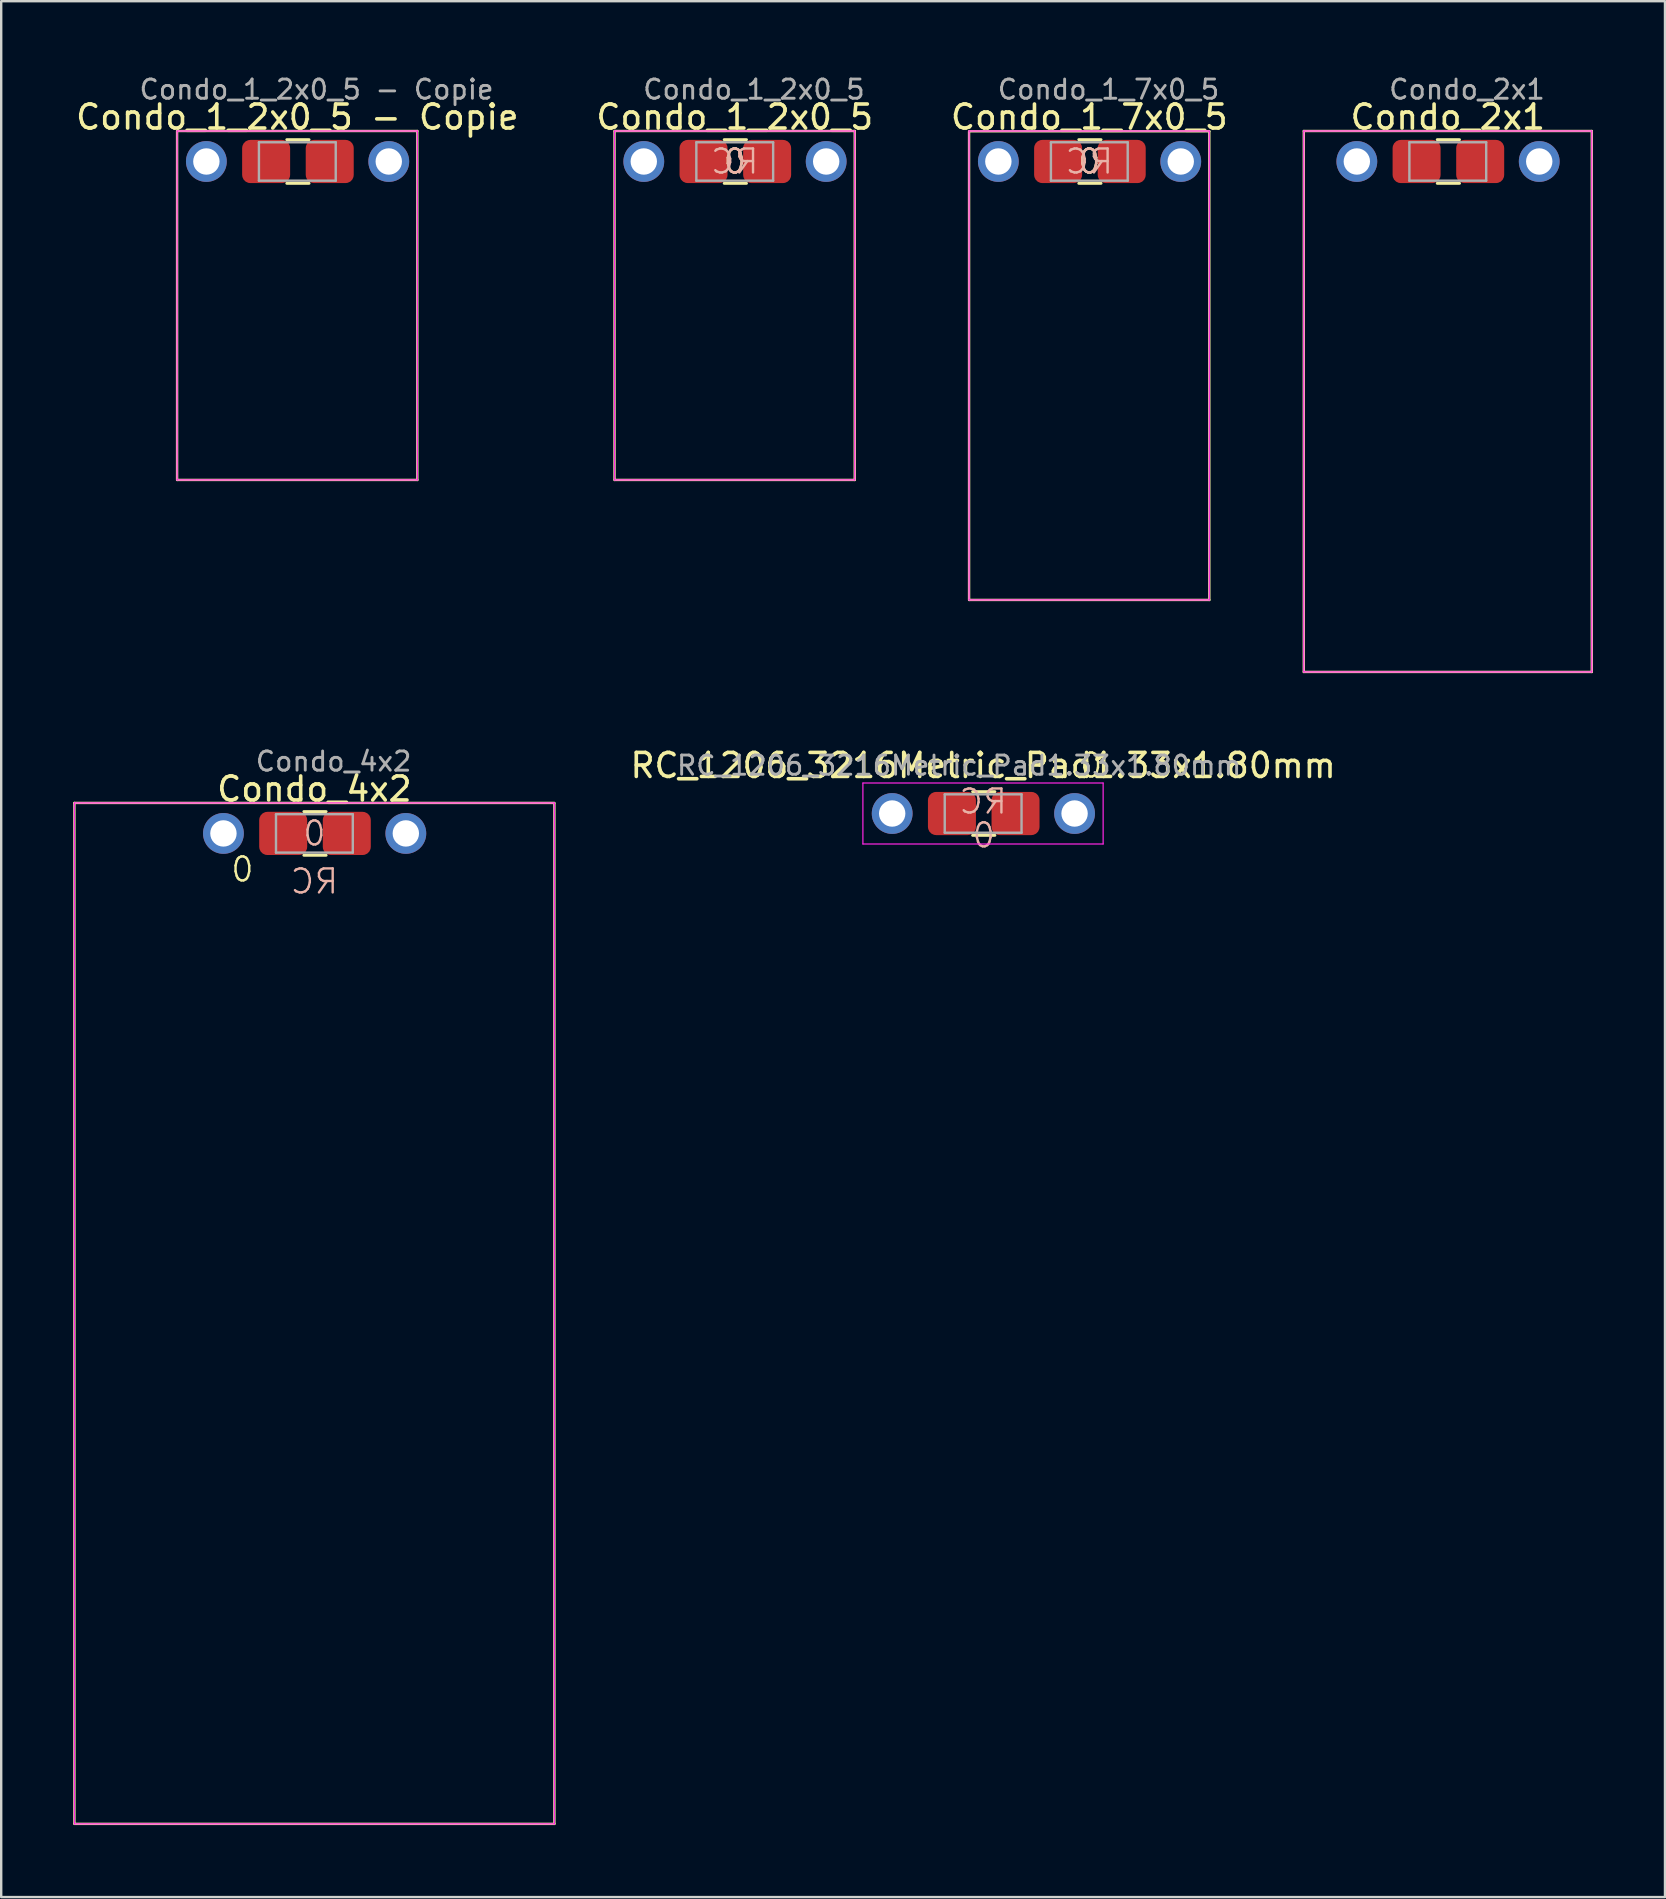
<source format=kicad_pcb>
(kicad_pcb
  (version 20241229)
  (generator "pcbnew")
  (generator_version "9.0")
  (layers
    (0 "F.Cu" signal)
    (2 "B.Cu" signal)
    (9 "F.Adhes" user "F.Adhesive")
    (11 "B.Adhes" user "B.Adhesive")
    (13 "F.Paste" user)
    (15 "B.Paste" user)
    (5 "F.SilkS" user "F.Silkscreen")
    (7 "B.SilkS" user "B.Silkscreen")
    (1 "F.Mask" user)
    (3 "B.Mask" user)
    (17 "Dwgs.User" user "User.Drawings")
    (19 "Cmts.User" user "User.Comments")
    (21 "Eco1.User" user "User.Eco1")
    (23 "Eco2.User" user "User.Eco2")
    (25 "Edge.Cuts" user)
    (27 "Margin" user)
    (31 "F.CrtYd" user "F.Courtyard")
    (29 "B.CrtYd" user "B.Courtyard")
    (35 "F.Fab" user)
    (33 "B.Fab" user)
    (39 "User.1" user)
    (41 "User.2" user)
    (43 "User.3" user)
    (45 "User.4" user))
  (footprint "Condo_1_2x0_5 - Copie"
    (layer "F.Cu")
    (at 9.339 3.679)
    (property "Reference" "Condo_1_2x0_5 - Copie" (at 0 -1.85 0) (layer "F.SilkS") (effects (font (size 1 1) (thickness 0.15))))
    (attr smd)
    (fp_line (start -5.01 -1.27) (end -5.01 13.27) (stroke (width 0.1) (type default)) (layer "F.SilkS"))
    (fp_line (start -5 13.27) (end 5 13.27) (stroke (width 0.1) (type default)) (layer "F.SilkS"))
    (fp_line (start -0.44 -0.91) (end 0.49 -0.91) (stroke (width 0.12) (type solid)) (layer "F.SilkS"))
    (fp_line (start -0.44 0.91) (end 0.49 0.91) (stroke (width 0.12) (type solid)) (layer "F.SilkS"))
    (fp_line (start 5 -1.27) (end -5 -1.27) (stroke (width 0.1) (type default)) (layer "F.SilkS"))
    (fp_line (start 5 13.27) (end 5 -1.27) (stroke (width 0.1) (type default)) (layer "F.SilkS"))
    (fp_line (start -5.01 13.27) (end -5.01 -1.27) (stroke (width 0.05) (type solid)) (layer "F.CrtYd"))
    (fp_line (start 5 -1.27) (end -5.01 -1.27) (stroke (width 0.05) (type solid)) (layer "F.CrtYd"))
    (fp_line (start 5 -1.27) (end 5 13.27) (stroke (width 0.05) (type solid)) (layer "F.CrtYd"))
    (fp_line (start 5 13.27) (end -5.01 13.27) (stroke (width 0.05) (type solid)) (layer "F.CrtYd"))
    (fp_line (start -1.6 -0.8) (end 1.6 -0.8) (stroke (width 0.1) (type solid)) (layer "F.Fab"))
    (fp_line (start -1.6 0.8) (end -1.6 -0.8) (stroke (width 0.1) (type solid)) (layer "F.Fab"))
    (fp_line (start 1.6 -0.8) (end 1.6 0.8) (stroke (width 0.1) (type solid)) (layer "F.Fab"))
    (fp_line (start 1.6 0.8) (end -1.6 0.8) (stroke (width 0.1) (type solid)) (layer "F.Fab"))
    (fp_text user "${REFERENCE}" (at 0.8 -3 0) (layer "F.Fab") (effects (font (size 0.8 0.8) (thickness 0.12))))
    (pad "1" thru_hole oval (at -3.79 0) (size 1.7 1.7) (drill 1.1) (layers "*.Cu" "*.Mask"))
    (pad "1" smd roundrect (at -1.3 0) (size 2 1.8) (layers "F.Cu" "F.Mask" "F.Paste") (roundrect_rratio 0.19))
    (pad "2" smd roundrect (at 1.35 0) (size 2 1.8) (layers "F.Cu" "F.Mask" "F.Paste") (roundrect_rratio 0.189))
    (pad "2" thru_hole oval (at 3.81 0) (size 1.7 1.7) (drill 1.1) (layers "*.Cu" "*.Mask")))
  (footprint "RC_1206_3216Metric_Pad1.33x1.80mm"
    (layer "F.Cu")
    (at 37.915 30.847)
    (property "Reference" "RC_1206_3216Metric_Pad1.33x1.80mm" (at 0 -2 0) (layer "F.SilkS") (effects (font (size 1 1) (thickness 0.15))))
    (property "RefBot" "RC" (at 0 -0.5 0) (layer "B.SilkS") (effects (font (size 1 1) (thickness 0.1)) (justify mirror)))
    (property "ValeurBotFab" "0" (at 0.025 0.91 0) (layer "B.SilkS") (effects (font (size 1 1) (thickness 0.1)) (justify mirror)))
    (property "ValeurTobSilk" "0" (at 4.5 -2 0) (layer "F.SilkS") (effects (font (size 1 1) (thickness 0.1))))
    (fp_line (start -0.44 -0.91) (end 0.49 -0.91) (stroke (width 0.12) (type solid)) (layer "F.SilkS"))
    (fp_line (start -0.44 0.91) (end 0.49 0.91) (stroke (width 0.12) (type solid)) (layer "F.SilkS"))
    (fp_line (start -5.01 1.27) (end -5.01 -1.27) (stroke (width 0.05) (type solid)) (layer "F.CrtYd"))
    (fp_line (start 5 -1.27) (end -5.01 -1.27) (stroke (width 0.05) (type solid)) (layer "F.CrtYd"))
    (fp_line (start 5 -1.27) (end 5 1.27) (stroke (width 0.05) (type solid)) (layer "F.CrtYd"))
    (fp_line (start 5 1.27) (end -5.01 1.27) (stroke (width 0.05) (type solid)) (layer "F.CrtYd"))
    (fp_line (start -1.6 -0.8) (end 1.6 -0.8) (stroke (width 0.1) (type solid)) (layer "F.Fab"))
    (fp_line (start -1.6 0.8) (end -1.6 -0.8) (stroke (width 0.1) (type solid)) (layer "F.Fab"))
    (fp_line (start 1.6 -0.8) (end 1.6 0.8) (stroke (width 0.1) (type solid)) (layer "F.Fab"))
    (fp_line (start 1.6 0.8) (end -1.6 0.8) (stroke (width 0.1) (type solid)) (layer "F.Fab"))
    (fp_text user "${REFERENCE}" (at -1 -2 0) (layer "F.Fab") (effects (font (size 0.8 0.8) (thickness 0.12))))
    (pad "1" thru_hole oval (at -3.79 0) (size 1.7 1.7) (drill 1.1) (layers "*.Cu" "*.Mask"))
    (pad "1" smd roundrect (at -1.3 0) (size 2 1.8) (layers "F.Cu" "F.Mask" "F.Paste") (roundrect_rratio 0.19))
    (pad "2" smd roundrect (at 1.35 0) (size 2 1.8) (layers "F.Cu" "F.Mask" "F.Paste") (roundrect_rratio 0.189))
    (pad "2" thru_hole oval (at 3.81 0) (size 1.7 1.7) (drill 1.1) (layers "*.Cu" "*.Mask")))
  (footprint "Condo_1_7x0_5"
    (layer "F.Cu")
    (at 42.339 3.679)
    (property "Reference" "Condo_1_7x0_5" (at 0 -1.85 0) (layer "F.SilkS") (effects (font (size 1 1) (thickness 0.15))))
    (property "RefBot" "RC" (at 0 0 0) (layer "B.SilkS") (effects (font (size 1 1) (thickness 0.1)) (justify mirror)))
    (property "ValeurBotFab" "0" (at 0 0 0) (layer "B.SilkS") (effects (font (size 1 1) (thickness 0.1)) (justify mirror)))
    (property "ValeurTopSilk" "0" (at 0 0 0) (layer "F.SilkS") (effects (font (size 1 1) (thickness 0.1))))
    (fp_line (start -5.01 -1.25) (end -5.01 18.27) (stroke (width 0.1) (type default)) (layer "F.SilkS"))
    (fp_line (start -5 18.27) (end 5 18.27) (stroke (width 0.1) (type default)) (layer "F.SilkS"))
    (fp_line (start -0.44 -0.91) (end 0.49 -0.91) (stroke (width 0.12) (type solid)) (layer "F.SilkS"))
    (fp_line (start -0.44 0.91) (end 0.49 0.91) (stroke (width 0.12) (type solid)) (layer "F.SilkS"))
    (fp_line (start 5 -1.26) (end -5 -1.26) (stroke (width 0.1) (type default)) (layer "F.SilkS"))
    (fp_line (start 5 18.27) (end 5 -1.26) (stroke (width 0.1) (type default)) (layer "F.SilkS"))
    (fp_line (start -5.01 18.27) (end -5.01 -1.27) (stroke (width 0.05) (type solid)) (layer "F.CrtYd"))
    (fp_line (start 5 -1.27) (end -5.01 -1.27) (stroke (width 0.05) (type solid)) (layer "F.CrtYd"))
    (fp_line (start 5 -1.27) (end 5 18.27) (stroke (width 0.05) (type solid)) (layer "F.CrtYd"))
    (fp_line (start 5 18.27) (end -5.01 18.27) (stroke (width 0.05) (type solid)) (layer "F.CrtYd"))
    (fp_line (start -1.6 -0.8) (end 1.6 -0.8) (stroke (width 0.1) (type solid)) (layer "F.Fab"))
    (fp_line (start -1.6 0.8) (end -1.6 -0.8) (stroke (width 0.1) (type solid)) (layer "F.Fab"))
    (fp_line (start 1.6 -0.8) (end 1.6 0.8) (stroke (width 0.1) (type solid)) (layer "F.Fab"))
    (fp_line (start 1.6 0.8) (end -1.6 0.8) (stroke (width 0.1) (type solid)) (layer "F.Fab"))
    (fp_text user "${REFERENCE}" (at 0.8 -3 0) (layer "F.Fab") (effects (font (size 0.8 0.8) (thickness 0.12))))
    (pad "1" thru_hole oval (at -3.79 0) (size 1.7 1.7) (drill 1.1) (layers "*.Cu" "*.Mask"))
    (pad "1" smd roundrect (at -1.3 0) (size 2 1.8) (layers "F.Cu" "F.Mask" "F.Paste") (roundrect_rratio 0.19))
    (pad "2" smd roundrect (at 1.35 0) (size 2 1.8) (layers "F.Cu" "F.Mask" "F.Paste") (roundrect_rratio 0.189))
    (pad "2" thru_hole oval (at 3.81 0) (size 1.7 1.7) (drill 1.1) (layers "*.Cu" "*.Mask")))
  (footprint "Condo_1_2x0_5"
    (layer "F.Cu")
    (at 27.565 3.679)
    (property "Reference" "Condo_1_2x0_5" (at 0 -1.85 0) (layer "F.SilkS") (effects (font (size 1 1) (thickness 0.15))))
    (property "RefBot" "RC" (at 0 0 0) (layer "B.SilkS") (effects (font (size 1 1) (thickness 0.1)) (justify mirror)))
    (property "ValeurBotFab" "0" (at 0 0 0) (layer "B.SilkS") (effects (font (size 1 1) (thickness 0.1)) (justify mirror)))
    (property "ValeurTopSilk" "0" (at 0 0 0) (layer "F.SilkS") (effects (font (size 1 1) (thickness 0.1))))
    (fp_line (start -5.01 -1.27) (end -5.01 13.27) (stroke (width 0.1) (type default)) (layer "F.SilkS"))
    (fp_line (start -5 13.27) (end 5 13.27) (stroke (width 0.1) (type default)) (layer "F.SilkS"))
    (fp_line (start -0.44 -0.91) (end 0.49 -0.91) (stroke (width 0.12) (type solid)) (layer "F.SilkS"))
    (fp_line (start -0.44 0.91) (end 0.49 0.91) (stroke (width 0.12) (type solid)) (layer "F.SilkS"))
    (fp_line (start 5 -1.27) (end -5 -1.27) (stroke (width 0.1) (type default)) (layer "F.SilkS"))
    (fp_line (start 5 13.27) (end 5 -1.27) (stroke (width 0.1) (type default)) (layer "F.SilkS"))
    (fp_line (start -5.01 13.27) (end -5.01 -1.27) (stroke (width 0.05) (type solid)) (layer "F.CrtYd"))
    (fp_line (start 5 -1.27) (end -5.01 -1.27) (stroke (width 0.05) (type solid)) (layer "F.CrtYd"))
    (fp_line (start 5 -1.27) (end 5 13.27) (stroke (width 0.05) (type solid)) (layer "F.CrtYd"))
    (fp_line (start 5 13.27) (end -5.01 13.27) (stroke (width 0.05) (type solid)) (layer "F.CrtYd"))
    (fp_line (start -1.6 -0.8) (end 1.6 -0.8) (stroke (width 0.1) (type solid)) (layer "F.Fab"))
    (fp_line (start -1.6 0.8) (end -1.6 -0.8) (stroke (width 0.1) (type solid)) (layer "F.Fab"))
    (fp_line (start 1.6 -0.8) (end 1.6 0.8) (stroke (width 0.1) (type solid)) (layer "F.Fab"))
    (fp_line (start 1.6 0.8) (end -1.6 0.8) (stroke (width 0.1) (type solid)) (layer "F.Fab"))
    (fp_text user "${REFERENCE}" (at 0.8 -3 0) (layer "F.Fab") (effects (font (size 0.8 0.8) (thickness 0.12))))
    (pad "1" thru_hole oval (at -3.79 0) (size 1.7 1.7) (drill 1.1) (layers "*.Cu" "*.Mask"))
    (pad "1" smd roundrect (at -1.3 0) (size 2 1.8) (layers "F.Cu" "F.Mask" "F.Paste") (roundrect_rratio 0.19))
    (pad "2" smd roundrect (at 1.35 0) (size 2 1.8) (layers "F.Cu" "F.Mask" "F.Paste") (roundrect_rratio 0.189))
    (pad "2" thru_hole oval (at 3.81 0) (size 1.7 1.7) (drill 1.1) (layers "*.Cu" "*.Mask")))
  (footprint "Condo_2x1"
    (layer "F.Cu")
    (at 57.276 3.679)
    (property "Reference" "Condo_2x1" (at 0 -1.85 0) (layer "F.SilkS") (effects (font (size 1 1) (thickness 0.15))))
    (attr smd)
    (fp_line (start -6 -1.27) (end 6 -1.27) (stroke (width 0.1) (type default)) (layer "F.SilkS"))
    (fp_line (start -6 21.27) (end -6 -1.27) (stroke (width 0.1) (type default)) (layer "F.SilkS"))
    (fp_line (start -0.44 -0.91) (end 0.49 -0.91) (stroke (width 0.12) (type solid)) (layer "F.SilkS"))
    (fp_line (start -0.44 0.91) (end 0.49 0.91) (stroke (width 0.12) (type solid)) (layer "F.SilkS"))
    (fp_line (start 6 -1.27) (end 6 21.27) (stroke (width 0.1) (type default)) (layer "F.SilkS"))
    (fp_line (start 6 21.27) (end -6 21.27) (stroke (width 0.1) (type default)) (layer "F.SilkS"))
    (fp_line (start -6 21.27) (end -6 -1.27) (stroke (width 0.05) (type solid)) (layer "F.CrtYd"))
    (fp_line (start 6 -1.27) (end -6 -1.27) (stroke (width 0.05) (type solid)) (layer "F.CrtYd"))
    (fp_line (start 6 -1.27) (end 6 21.27) (stroke (width 0.05) (type solid)) (layer "F.CrtYd"))
    (fp_line (start 6 21.27) (end -6 21.27) (stroke (width 0.05) (type solid)) (layer "F.CrtYd"))
    (fp_line (start -1.6 -0.8) (end 1.6 -0.8) (stroke (width 0.1) (type solid)) (layer "F.Fab"))
    (fp_line (start -1.6 0.8) (end -1.6 -0.8) (stroke (width 0.1) (type solid)) (layer "F.Fab"))
    (fp_line (start 1.6 -0.8) (end 1.6 0.8) (stroke (width 0.1) (type solid)) (layer "F.Fab"))
    (fp_line (start 1.6 0.8) (end -1.6 0.8) (stroke (width 0.1) (type solid)) (layer "F.Fab"))
    (fp_text user "${REFERENCE}" (at 0.8 -3 0) (layer "F.Fab") (effects (font (size 0.8 0.8) (thickness 0.12))))
    (pad "1" thru_hole oval (at -3.79 0) (size 1.7 1.7) (drill 1.1) (layers "*.Cu" "*.Mask"))
    (pad "1" smd roundrect (at -1.3 0) (size 2 1.8) (layers "F.Cu" "F.Mask" "F.Paste") (roundrect_rratio 0.19))
    (pad "2" smd roundrect (at 1.35 0) (size 2 1.8) (layers "F.Cu" "F.Mask" "F.Paste") (roundrect_rratio 0.189))
    (pad "2" thru_hole oval (at 3.81 0) (size 1.7 1.7) (drill 1.1) (layers "*.Cu" "*.Mask")))
  (footprint "Condo_4x2"
    (layer "F.Cu")
    (at 10.05 31.677)
    (property "Reference" "Condo_4x2" (at 0 -1.85 0) (layer "F.SilkS") (effects (font (size 1 1) (thickness 0.15))))
    (property "RefBot" "RC" (at 0 2 0) (layer "B.SilkS") (effects (font (size 1 1) (thickness 0.1)) (justify mirror)))
    (property "ValeurBotFab" "0" (at 0 0 0) (layer "B.SilkS") (effects (font (size 1 1) (thickness 0.1)) (justify mirror)))
    (property "ValeurTopSilk" "0" (at -3 1.5 0) (layer "F.SilkS") (effects (font (size 1 1) (thickness 0.1))))
    (fp_line (start -10 -1.27) (end 10 -1.27) (stroke (width 0.1) (type default)) (layer "F.SilkS"))
    (fp_line (start -10 41.26) (end -10 -1.27) (stroke (width 0.1) (type default)) (layer "F.SilkS"))
    (fp_line (start -0.44 -0.91) (end 0.49 -0.91) (stroke (width 0.12) (type solid)) (layer "F.SilkS"))
    (fp_line (start -0.44 0.91) (end 0.49 0.91) (stroke (width 0.12) (type solid)) (layer "F.SilkS"))
    (fp_line (start 10 -1.25) (end 10 41.27) (stroke (width 0.1) (type default)) (layer "F.SilkS"))
    (fp_line (start 10 41.27) (end -10 41.27) (stroke (width 0.1) (type default)) (layer "F.SilkS"))
    (fp_line (start -10 41.27) (end -10 -1.27) (stroke (width 0.05) (type solid)) (layer "F.CrtYd"))
    (fp_line (start 10 -1.27) (end -10 -1.27) (stroke (width 0.05) (type solid)) (layer "F.CrtYd"))
    (fp_line (start 10 -1.27) (end 10 41.27) (stroke (width 0.05) (type solid)) (layer "F.CrtYd"))
    (fp_line (start 10 41.27) (end -10 41.27) (stroke (width 0.05) (type solid)) (layer "F.CrtYd"))
    (fp_line (start -1.6 -0.8) (end 1.6 -0.8) (stroke (width 0.1) (type solid)) (layer "F.Fab"))
    (fp_line (start -1.6 0.8) (end -1.6 -0.8) (stroke (width 0.1) (type solid)) (layer "F.Fab"))
    (fp_line (start 1.6 -0.8) (end 1.6 0.8) (stroke (width 0.1) (type solid)) (layer "F.Fab"))
    (fp_line (start 1.6 0.8) (end -1.6 0.8) (stroke (width 0.1) (type solid)) (layer "F.Fab"))
    (fp_text user "${REFERENCE}" (at 0.8 -3 0) (layer "F.Fab") (effects (font (size 0.8 0.8) (thickness 0.12))))
    (pad "1" thru_hole oval (at -3.79 0) (size 1.7 1.7) (drill 1.1) (layers "*.Cu" "*.Mask"))
    (pad "1" smd roundrect (at -1.3 0) (size 2 1.8) (layers "F.Cu" "F.Mask" "F.Paste") (roundrect_rratio 0.19))
    (pad "2" smd roundrect (at 1.35 0) (size 2 1.8) (layers "F.Cu" "F.Mask" "F.Paste") (roundrect_rratio 0.189))
    (pad "2" thru_hole oval (at 3.81 0) (size 1.7 1.7) (drill 1.1) (layers "*.Cu" "*.Mask")))
  (gr_rect
    (start -3 -3)
    (end 66.326 75.997)
    (stroke (width 0.1) (type default))
    (fill no)
    (layer "Edge.Cuts")))
</source>
